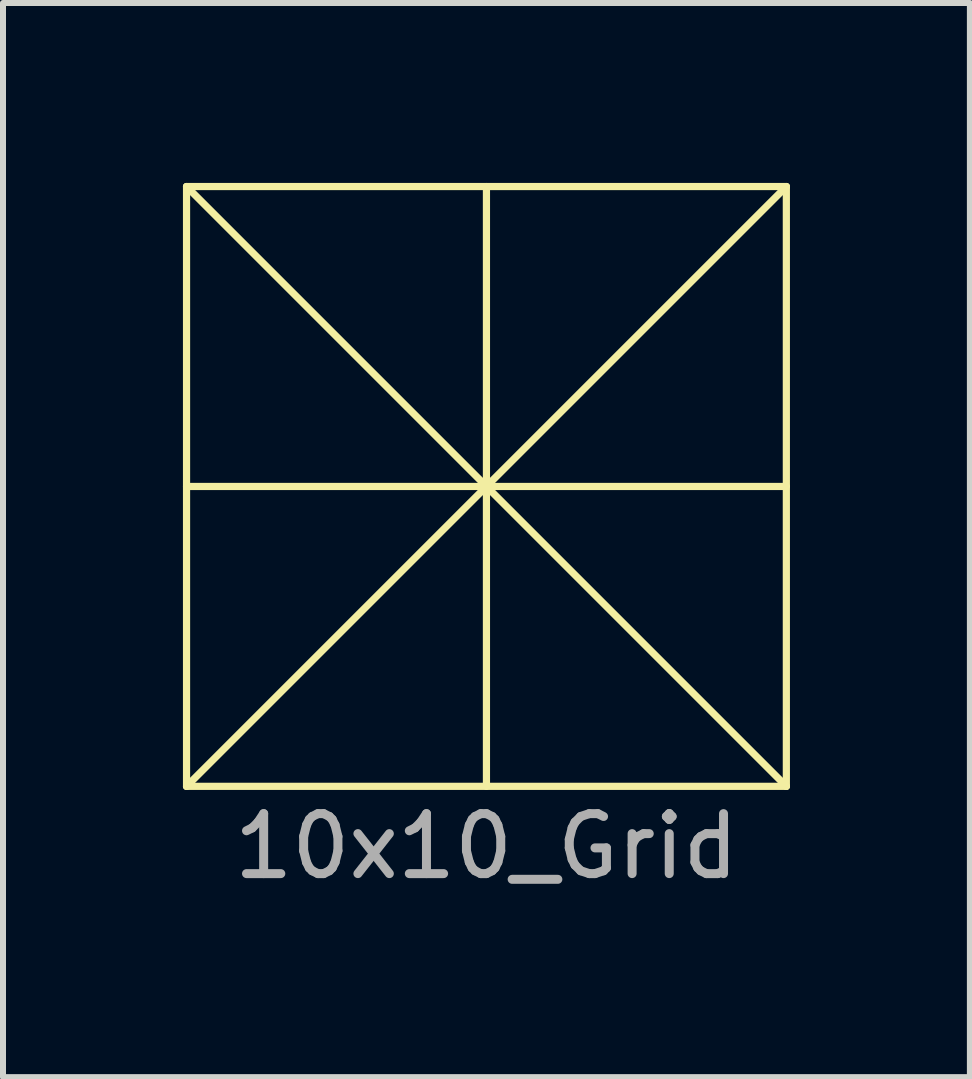
<source format=kicad_pcb>
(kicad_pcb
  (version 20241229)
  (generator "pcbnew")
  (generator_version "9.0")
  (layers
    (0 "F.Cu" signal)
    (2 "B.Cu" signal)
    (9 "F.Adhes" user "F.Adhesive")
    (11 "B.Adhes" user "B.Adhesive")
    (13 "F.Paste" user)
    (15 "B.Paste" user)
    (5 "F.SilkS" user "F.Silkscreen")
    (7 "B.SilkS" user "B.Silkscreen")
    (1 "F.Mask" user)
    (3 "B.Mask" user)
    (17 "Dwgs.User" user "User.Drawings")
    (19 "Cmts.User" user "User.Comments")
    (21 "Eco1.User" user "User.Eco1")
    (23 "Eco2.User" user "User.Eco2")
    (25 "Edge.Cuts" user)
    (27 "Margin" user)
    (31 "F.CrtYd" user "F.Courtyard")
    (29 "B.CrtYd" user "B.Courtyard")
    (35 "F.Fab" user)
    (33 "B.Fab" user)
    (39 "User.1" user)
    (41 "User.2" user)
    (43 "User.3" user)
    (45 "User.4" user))
  (footprint "10x10_Grid"
    (layer "F.Cu")
    (at 5.06 5.06)
    (property "Reference" "10x10_Grid" (at 0 6 0) (layer "F.Fab") (effects (font (size 1 1) (thickness 0.15))))
    (attr through_hole)
    (fp_line (start -5 -5) (end 5 -5) (stroke (width 0.12) (type solid)) (layer "F.SilkS"))
    (fp_line (start -5 -5) (end 5 5) (stroke (width 0.12) (type solid)) (layer "F.SilkS"))
    (fp_line (start -5 5) (end -5 -5) (stroke (width 0.12) (type solid)) (layer "F.SilkS"))
    (fp_line (start 0 -5) (end 0 5) (stroke (width 0.12) (type solid)) (layer "F.SilkS"))
    (fp_line (start 5 -5) (end -5 5) (stroke (width 0.12) (type solid)) (layer "F.SilkS"))
    (fp_line (start 5 -5) (end 5 5) (stroke (width 0.12) (type solid)) (layer "F.SilkS"))
    (fp_line (start 5 0) (end -5 0) (stroke (width 0.12) (type solid)) (layer "F.SilkS"))
    (fp_line (start 5 5) (end -5 5) (stroke (width 0.12) (type solid)) (layer "F.SilkS")))
  (gr_rect
    (start -3 -3)
    (end 13.12 14.908)
    (stroke (width 0.1) (type default))
    (fill no)
    (layer "Edge.Cuts")))
</source>
